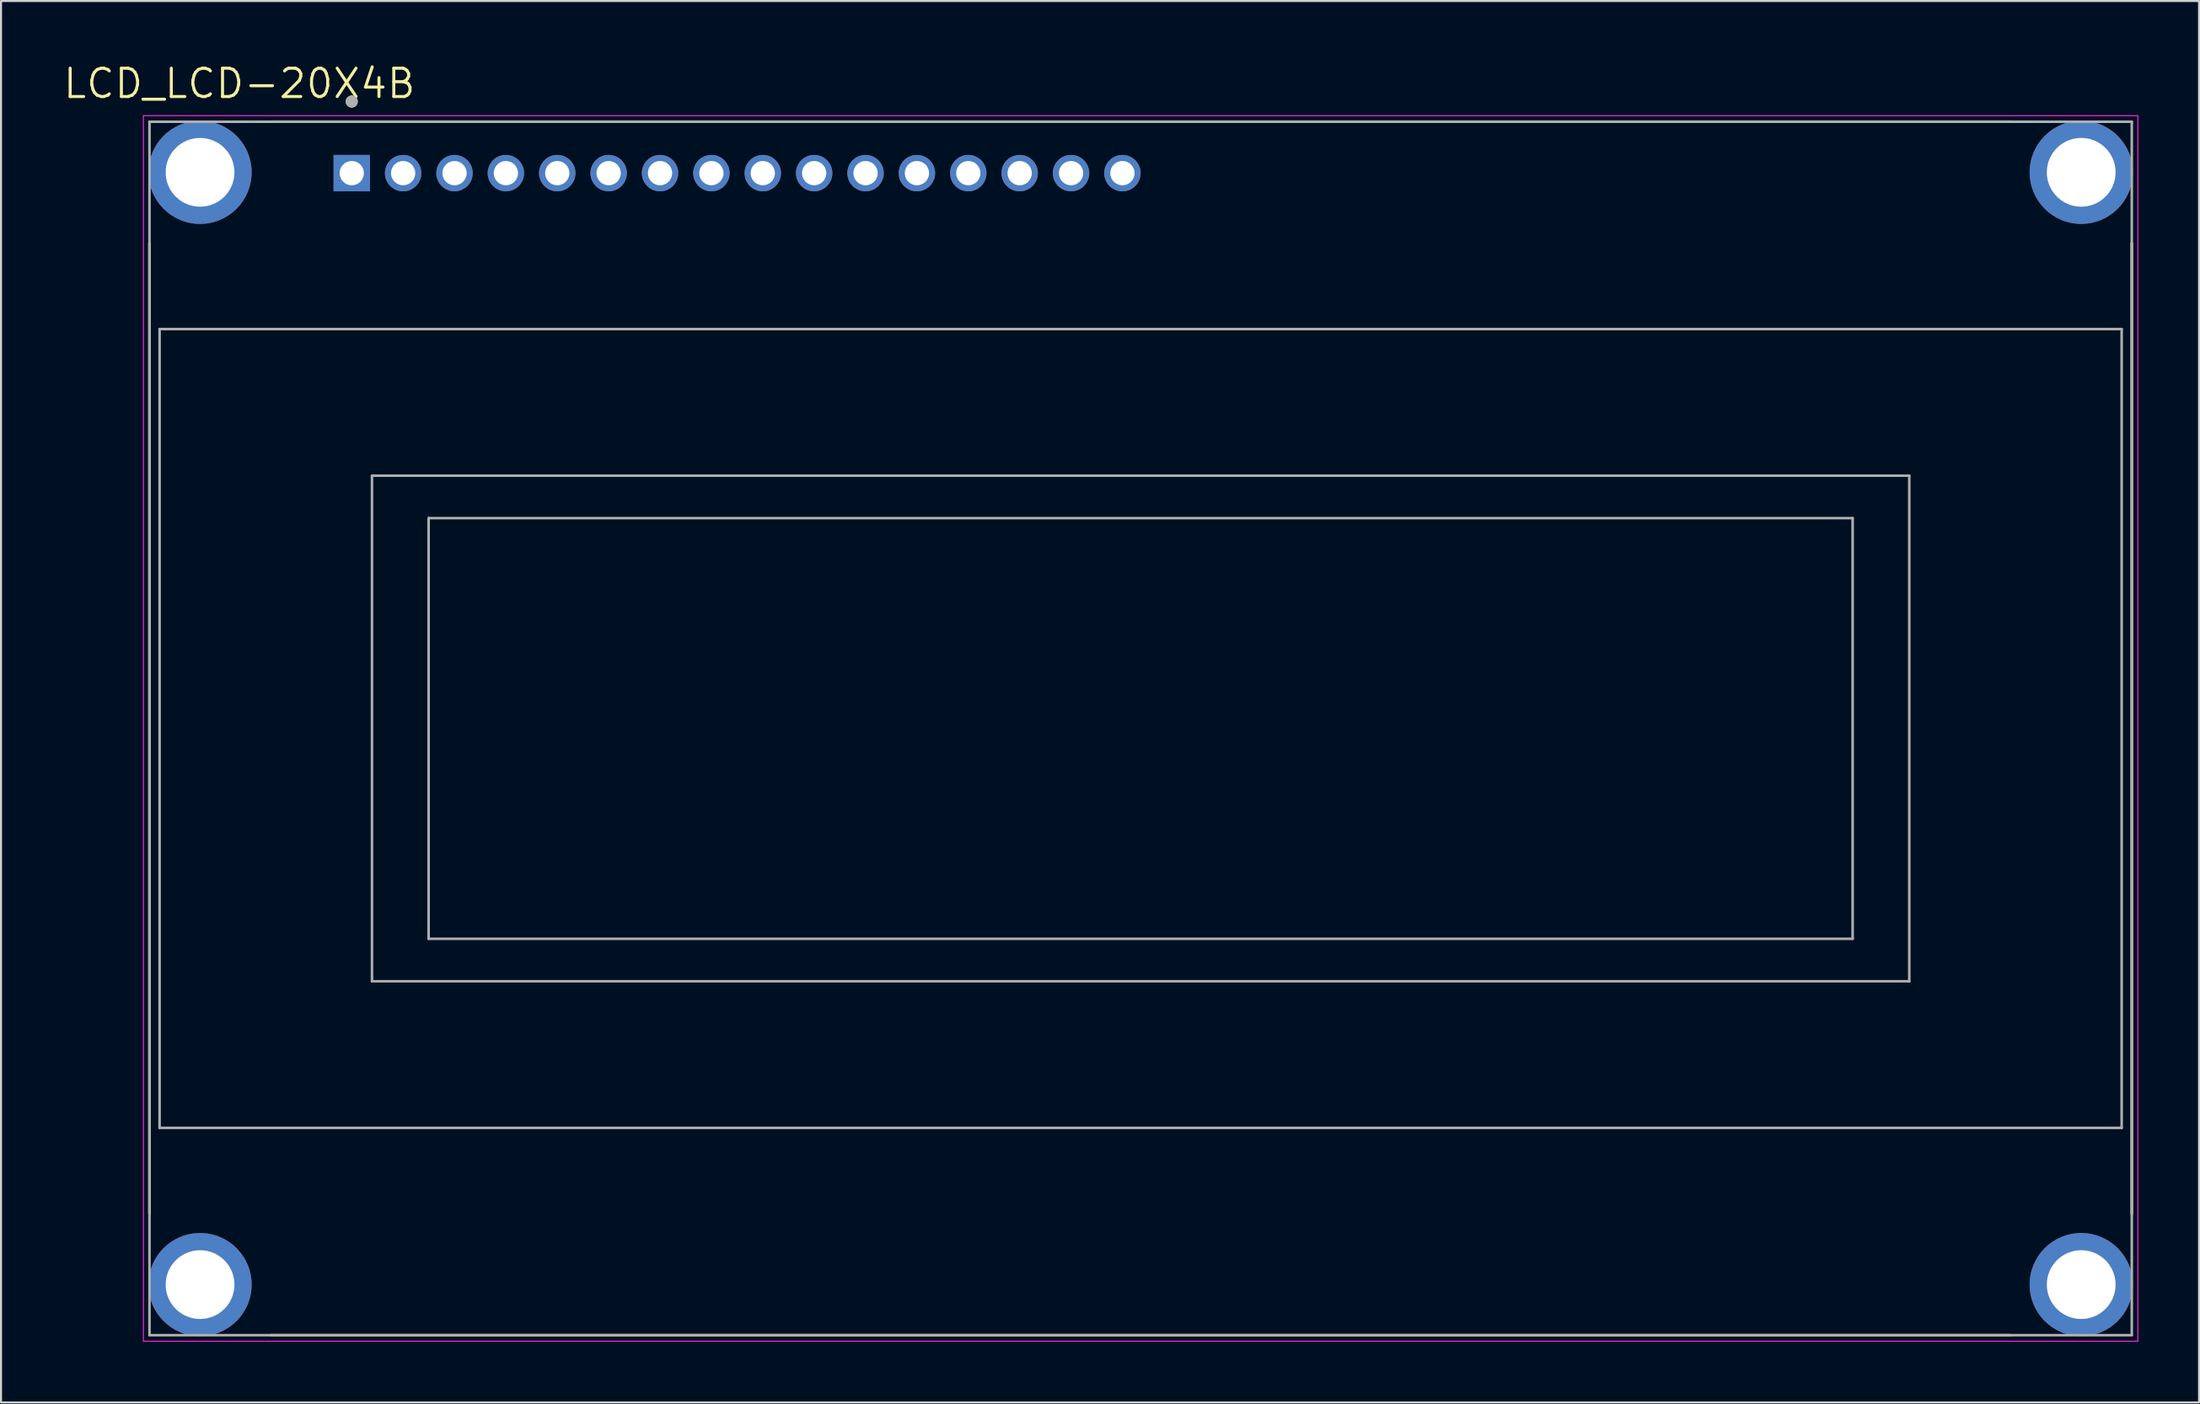
<source format=kicad_pcb>
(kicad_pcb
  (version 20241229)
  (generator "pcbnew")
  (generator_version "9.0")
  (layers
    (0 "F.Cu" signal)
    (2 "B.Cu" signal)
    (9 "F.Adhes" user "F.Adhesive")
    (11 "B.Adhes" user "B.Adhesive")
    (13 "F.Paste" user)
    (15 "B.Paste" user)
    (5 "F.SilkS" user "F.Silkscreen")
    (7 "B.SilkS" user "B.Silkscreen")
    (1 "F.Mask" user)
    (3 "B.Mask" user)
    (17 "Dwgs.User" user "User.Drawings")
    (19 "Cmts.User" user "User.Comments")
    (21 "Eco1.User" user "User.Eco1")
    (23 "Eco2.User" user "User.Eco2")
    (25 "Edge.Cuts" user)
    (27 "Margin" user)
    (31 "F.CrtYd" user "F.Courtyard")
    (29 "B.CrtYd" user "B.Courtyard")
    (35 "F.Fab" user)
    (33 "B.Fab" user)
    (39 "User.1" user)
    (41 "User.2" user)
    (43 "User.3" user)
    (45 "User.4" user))
  (footprint "LCD_LCD-20X4B"
    (layer "F.Cu")
    (at 53.34 32.971)
    (property "Reference" "LCD_LCD-20X4B" (at -44.555 -31.889 0) (layer "F.SilkS") (effects (font (size 1.4 1.4) (thickness 0.15))))
    (attr through_hole)
    (fp_line (start -49 24) (end -49 -24) (stroke (width 0.127) (type solid)) (layer "F.SilkS"))
    (fp_line (start -43 -30) (end 43 -30) (stroke (width 0.127) (type solid)) (layer "F.SilkS"))
    (fp_line (start 43 30) (end -43 30) (stroke (width 0.127) (type solid)) (layer "F.SilkS"))
    (fp_line (start 49 -24) (end 49 24) (stroke (width 0.127) (type solid)) (layer "F.SilkS"))
    (fp_circle (center -39 -31) (end -38.85 -31) (stroke (width 0.3) (type solid)) (fill no) (layer "F.SilkS"))
    (fp_line (start -49.3 -30.3) (end 49.3 -30.3) (stroke (width 0.05) (type solid)) (layer "F.CrtYd"))
    (fp_line (start -49.3 30.3) (end -49.3 -30.3) (stroke (width 0.05) (type solid)) (layer "F.CrtYd"))
    (fp_line (start 49.3 -30.3) (end 49.3 30.3) (stroke (width 0.05) (type solid)) (layer "F.CrtYd"))
    (fp_line (start 49.3 30.3) (end -49.3 30.3) (stroke (width 0.05) (type solid)) (layer "F.CrtYd"))
    (fp_line (start -49 -30) (end 49 -30) (stroke (width 0.127) (type solid)) (layer "F.Fab"))
    (fp_line (start -49 30) (end -49 -30) (stroke (width 0.127) (type solid)) (layer "F.Fab"))
    (fp_line (start -48.5 -19.75) (end -48.5 19.75) (stroke (width 0.127) (type solid)) (layer "F.Fab"))
    (fp_line (start -48.5 19.75) (end 48.5 19.75) (stroke (width 0.127) (type solid)) (layer "F.Fab"))
    (fp_line (start -38 -12.5) (end 38 -12.5) (stroke (width 0.127) (type solid)) (layer "F.Fab"))
    (fp_line (start -38 12.5) (end -38 -12.5) (stroke (width 0.127) (type solid)) (layer "F.Fab"))
    (fp_line (start -35.2 -10.4) (end -35.2 10.4) (stroke (width 0.127) (type solid)) (layer "F.Fab"))
    (fp_line (start -35.2 10.4) (end 35.2 10.4) (stroke (width 0.127) (type solid)) (layer "F.Fab"))
    (fp_line (start 35.2 -10.4) (end -35.2 -10.4) (stroke (width 0.127) (type solid)) (layer "F.Fab"))
    (fp_line (start 35.2 10.4) (end 35.2 -10.4) (stroke (width 0.127) (type solid)) (layer "F.Fab"))
    (fp_line (start 38 -12.5) (end 38 12.5) (stroke (width 0.127) (type solid)) (layer "F.Fab"))
    (fp_line (start 38 12.5) (end -38 12.5) (stroke (width 0.127) (type solid)) (layer "F.Fab"))
    (fp_line (start 48.5 -19.75) (end -48.5 -19.75) (stroke (width 0.127) (type solid)) (layer "F.Fab"))
    (fp_line (start 48.5 19.75) (end 48.5 -19.75) (stroke (width 0.127) (type solid)) (layer "F.Fab"))
    (fp_line (start 49 -30) (end 49 30) (stroke (width 0.127) (type solid)) (layer "F.Fab"))
    (fp_line (start 49 30) (end -49 30) (stroke (width 0.127) (type solid)) (layer "F.Fab"))
    (fp_circle (center -39 -31) (end -38.85 -31) (stroke (width 0.3) (type solid)) (fill no) (layer "F.Fab"))
    (pad "1" thru_hole rect (at -39 -27.46) (size 1.8 1.8) (drill 1.2) (layers "*.Cu" "*.Mask"))
    (pad "2" thru_hole circle (at -36.46 -27.46) (size 1.8 1.8) (drill 1.2) (layers "*.Cu" "*.Mask"))
    (pad "3" thru_hole circle (at -33.92 -27.46) (size 1.8 1.8) (drill 1.2) (layers "*.Cu" "*.Mask"))
    (pad "4" thru_hole circle (at -31.38 -27.46) (size 1.8 1.8) (drill 1.2) (layers "*.Cu" "*.Mask"))
    (pad "5" thru_hole circle (at -28.84 -27.46) (size 1.8 1.8) (drill 1.2) (layers "*.Cu" "*.Mask"))
    (pad "6" thru_hole circle (at -26.3 -27.46) (size 1.8 1.8) (drill 1.2) (layers "*.Cu" "*.Mask"))
    (pad "7" thru_hole circle (at -23.76 -27.46) (size 1.8 1.8) (drill 1.2) (layers "*.Cu" "*.Mask"))
    (pad "8" thru_hole circle (at -21.22 -27.46) (size 1.8 1.8) (drill 1.2) (layers "*.Cu" "*.Mask"))
    (pad "9" thru_hole circle (at -18.68 -27.46) (size 1.8 1.8) (drill 1.2) (layers "*.Cu" "*.Mask"))
    (pad "10" thru_hole circle (at -16.14 -27.46) (size 1.8 1.8) (drill 1.2) (layers "*.Cu" "*.Mask"))
    (pad "11" thru_hole circle (at -13.6 -27.46) (size 1.8 1.8) (drill 1.2) (layers "*.Cu" "*.Mask"))
    (pad "12" thru_hole circle (at -11.06 -27.46) (size 1.8 1.8) (drill 1.2) (layers "*.Cu" "*.Mask"))
    (pad "13" thru_hole circle (at -8.52 -27.46) (size 1.8 1.8) (drill 1.2) (layers "*.Cu" "*.Mask"))
    (pad "14" thru_hole circle (at -5.98 -27.46) (size 1.8 1.8) (drill 1.2) (layers "*.Cu" "*.Mask"))
    (pad "15" thru_hole circle (at -3.44 -27.46) (size 1.8 1.8) (drill 1.2) (layers "*.Cu" "*.Mask"))
    (pad "16" thru_hole circle (at -0.9 -27.46) (size 1.8 1.8) (drill 1.2) (layers "*.Cu" "*.Mask"))
    (pad "S1" thru_hole circle (at -46.5 -27.5) (size 5.1 5.1) (drill 3.4) (layers "*.Cu" "*.Mask"))
    (pad "S2" thru_hole circle (at 46.5 -27.5) (size 5.1 5.1) (drill 3.4) (layers "*.Cu" "*.Mask"))
    (pad "S3" thru_hole circle (at -46.5 27.5) (size 5.1 5.1) (drill 3.4) (layers "*.Cu" "*.Mask"))
    (pad "S4" thru_hole circle (at 46.5 27.5) (size 5.1 5.1) (drill 3.4) (layers "*.Cu" "*.Mask")))
  (gr_rect
    (start -3 -3)
    (end 105.665 66.296)
    (stroke (width 0.1) (type default))
    (fill no)
    (layer "Edge.Cuts")))
</source>
